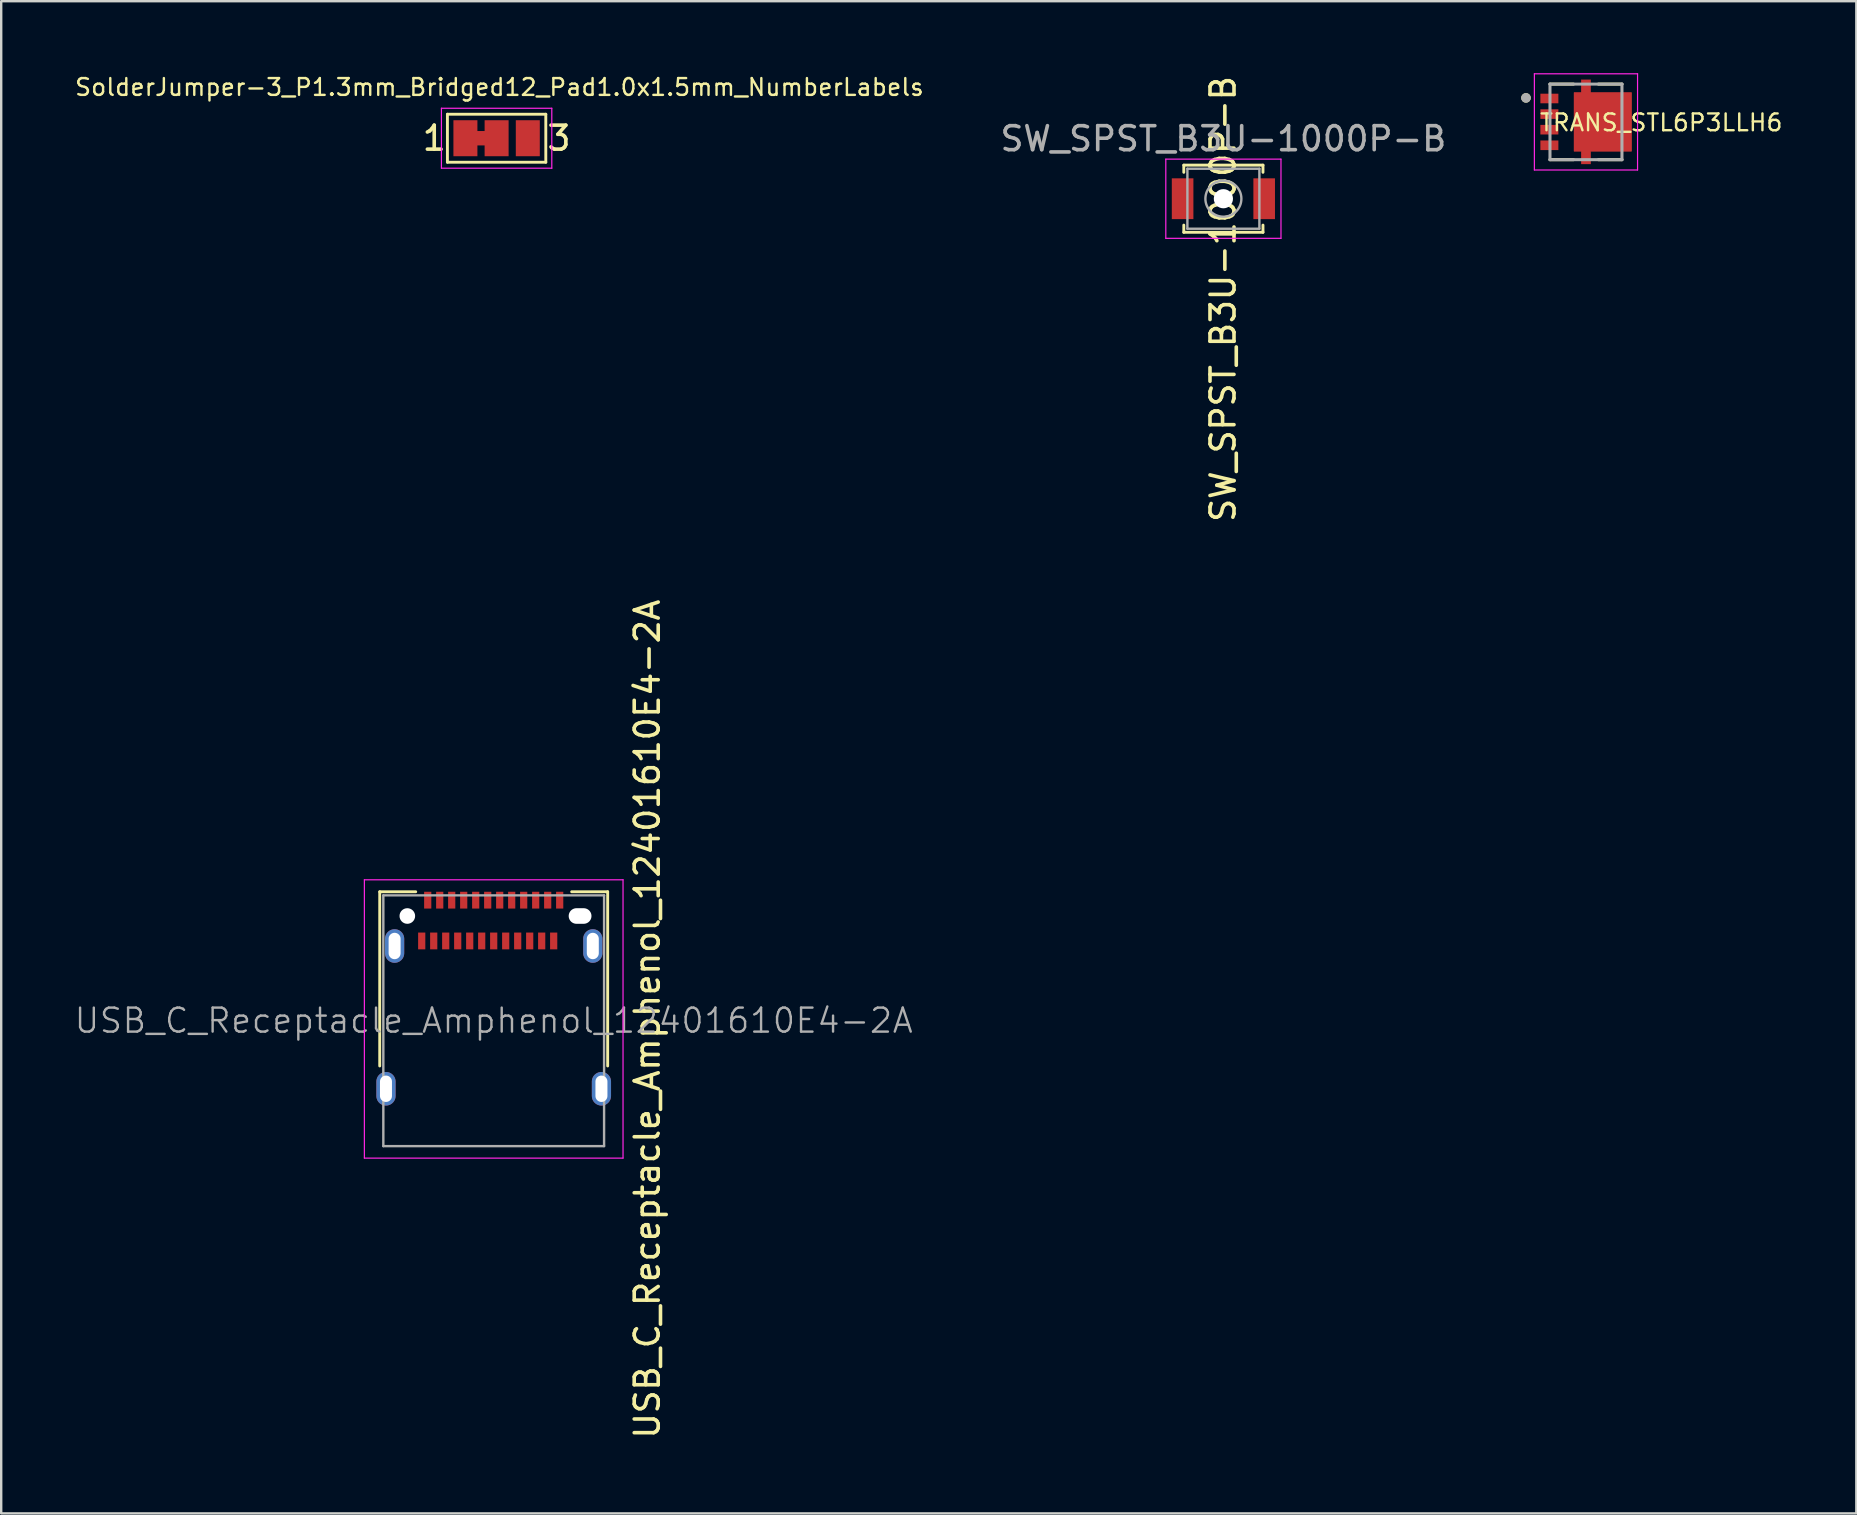
<source format=kicad_pcb>
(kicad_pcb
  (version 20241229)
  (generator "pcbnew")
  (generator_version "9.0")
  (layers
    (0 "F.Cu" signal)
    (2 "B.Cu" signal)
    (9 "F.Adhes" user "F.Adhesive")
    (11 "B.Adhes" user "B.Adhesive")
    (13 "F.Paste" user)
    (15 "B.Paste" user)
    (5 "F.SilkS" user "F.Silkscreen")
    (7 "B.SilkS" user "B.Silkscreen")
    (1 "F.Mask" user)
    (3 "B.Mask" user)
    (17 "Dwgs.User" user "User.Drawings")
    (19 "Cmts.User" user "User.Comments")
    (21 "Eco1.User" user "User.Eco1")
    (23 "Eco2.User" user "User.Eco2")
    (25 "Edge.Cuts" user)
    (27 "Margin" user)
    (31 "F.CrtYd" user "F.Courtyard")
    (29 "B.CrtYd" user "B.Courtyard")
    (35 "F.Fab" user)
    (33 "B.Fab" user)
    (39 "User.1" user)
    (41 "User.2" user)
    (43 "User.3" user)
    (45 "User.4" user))
  (footprint "USB_C_Receptacle_Amphenol_12401610E4-2A"
    (layer "F.Cu")
    (at 17.526 39.486)
    (property "Reference" "USB_C_Receptacle_Amphenol_12401610E4-2A" (at 6.401 -0.064 90) (layer "F.SilkS") (effects (font (size 1 1) (thickness 0.15))))
    (attr smd)
    (fp_line (start -4.75 -5.37) (end -4.75 1.89) (stroke (width 0.12) (type solid)) (layer "F.SilkS"))
    (fp_line (start -4.75 -5.37) (end -3.25 -5.37) (stroke (width 0.12) (type solid)) (layer "F.SilkS"))
    (fp_line (start 3.25 -5.37) (end 4.75 -5.37) (stroke (width 0.12) (type solid)) (layer "F.SilkS"))
    (fp_line (start 4.75 -5.37) (end 4.75 1.89) (stroke (width 0.12) (type solid)) (layer "F.SilkS"))
    (fp_line (start -5.39 -5.87) (end 5.39 -5.87) (stroke (width 0.05) (type solid)) (layer "F.CrtYd"))
    (fp_line (start -5.39 5.73) (end -5.39 -5.87) (stroke (width 0.05) (type solid)) (layer "F.CrtYd"))
    (fp_line (start 5.39 -5.87) (end 5.39 5.73) (stroke (width 0.05) (type solid)) (layer "F.CrtYd"))
    (fp_line (start 5.39 5.73) (end -5.39 5.73) (stroke (width 0.05) (type solid)) (layer "F.CrtYd"))
    (fp_line (start -4.6 -5.22) (end 4.6 -5.22) (stroke (width 0.1) (type solid)) (layer "F.Fab"))
    (fp_line (start -4.6 5.23) (end -4.6 -5.22) (stroke (width 0.1) (type solid)) (layer "F.Fab"))
    (fp_line (start -4.6 5.23) (end 4.6 5.23) (stroke (width 0.1) (type solid)) (layer "F.Fab"))
    (fp_line (start 4.6 5.23) (end 4.6 -5.22) (stroke (width 0.1) (type solid)) (layer "F.Fab"))
    (fp_text user "${REFERENCE}" (at 0 0 0) (layer "F.Fab") (effects (font (size 1 1) (thickness 0.1))))
    (pad "" np_thru_hole circle (at -3.6 -4.36) (size 0.65 0.65) (drill 0.65) (layers "*.Cu" "*.Mask"))
    (pad "" np_thru_hole oval (at 3.6 -4.36) (size 0.95 0.65) (drill oval 0.95 0.65) (layers "*.Cu" "*.Mask"))
    (pad "A1" smd rect (at -2.75 -5.02) (size 0.3 0.7) (layers "F.Cu" "F.Mask" "F.Paste"))
    (pad "A2" smd rect (at -2.25 -5.02) (size 0.3 0.7) (layers "F.Cu" "F.Mask" "F.Paste"))
    (pad "A3" smd rect (at -1.75 -5.02) (size 0.3 0.7) (layers "F.Cu" "F.Mask" "F.Paste"))
    (pad "A4" smd rect (at -1.25 -5.02) (size 0.3 0.7) (layers "F.Cu" "F.Mask" "F.Paste"))
    (pad "A5" smd rect (at -0.75 -5.02) (size 0.3 0.7) (layers "F.Cu" "F.Mask" "F.Paste"))
    (pad "A6" smd rect (at -0.25 -5.02) (size 0.3 0.7) (layers "F.Cu" "F.Mask" "F.Paste"))
    (pad "A7" smd rect (at 0.25 -5.02) (size 0.3 0.7) (layers "F.Cu" "F.Mask" "F.Paste"))
    (pad "A8" smd rect (at 0.75 -5.02) (size 0.3 0.7) (layers "F.Cu" "F.Mask" "F.Paste"))
    (pad "A9" smd rect (at 1.25 -5.02) (size 0.3 0.7) (layers "F.Cu" "F.Mask" "F.Paste"))
    (pad "A10" smd rect (at 1.75 -5.02) (size 0.3 0.7) (layers "F.Cu" "F.Mask" "F.Paste"))
    (pad "A11" smd rect (at 2.25 -5.02) (size 0.3 0.7) (layers "F.Cu" "F.Mask" "F.Paste"))
    (pad "A12" smd rect (at 2.75 -5.02) (size 0.3 0.7) (layers "F.Cu" "F.Mask" "F.Paste"))
    (pad "B1" smd rect (at 2.5 -3.32) (size 0.3 0.7) (layers "F.Cu" "F.Mask" "F.Paste"))
    (pad "B2" smd rect (at 2 -3.32) (size 0.3 0.7) (layers "F.Cu" "F.Mask" "F.Paste"))
    (pad "B3" smd rect (at 1.5 -3.32) (size 0.3 0.7) (layers "F.Cu" "F.Mask" "F.Paste"))
    (pad "B4" smd rect (at 1 -3.32) (size 0.3 0.7) (layers "F.Cu" "F.Mask" "F.Paste"))
    (pad "B5" smd rect (at 0.5 -3.32) (size 0.3 0.7) (layers "F.Cu" "F.Mask" "F.Paste"))
    (pad "B6" smd rect (at 0 -3.32) (size 0.3 0.7) (layers "F.Cu" "F.Mask" "F.Paste"))
    (pad "B7" smd rect (at -0.5 -3.32) (size 0.3 0.7) (layers "F.Cu" "F.Mask" "F.Paste"))
    (pad "B8" smd rect (at -1 -3.32) (size 0.3 0.7) (layers "F.Cu" "F.Mask" "F.Paste"))
    (pad "B9" smd rect (at -1.5 -3.32) (size 0.3 0.7) (layers "F.Cu" "F.Mask" "F.Paste"))
    (pad "B10" smd rect (at -2 -3.32) (size 0.3 0.7) (layers "F.Cu" "F.Mask" "F.Paste"))
    (pad "B11" smd rect (at -2.5 -3.32) (size 0.3 0.7) (layers "F.Cu" "F.Mask" "F.Paste"))
    (pad "B12" smd rect (at -3 -3.32) (size 0.3 0.7) (layers "F.Cu" "F.Mask" "F.Paste"))
    (pad "S1" thru_hole oval (at -4.49 2.84) (size 0.8 1.4) (drill oval 0.5 1.1) (layers "*.Cu" "*.Mask"))
    (pad "S1" thru_hole oval (at -4.13 -3.11) (size 0.8 1.4) (drill oval 0.5 1.1) (layers "*.Cu" "*.Mask"))
    (pad "S1" thru_hole oval (at 4.13 -3.11) (size 0.8 1.4) (drill oval 0.5 1.1) (layers "*.Cu" "*.Mask"))
    (pad "S1" thru_hole oval (at 4.49 2.84) (size 0.8 1.4) (drill oval 0.5 1.1) (layers "*.Cu" "*.Mask")))
  (footprint "SW_SPST_B3U-1000P-B"
    (layer "F.Cu")
    (at 47.937 5.232)
    (property "Reference" "SW_SPST_B3U-1000P-B" (at -0.013 4.178 90) (layer "F.SilkS") (effects (font (size 1 1) (thickness 0.15))))
    (attr smd)
    (fp_line (start -1.65 -1.4) (end 1.65 -1.4) (stroke (width 0.12) (type solid)) (layer "F.SilkS"))
    (fp_line (start -1.65 -1.1) (end -1.65 -1.4) (stroke (width 0.12) (type solid)) (layer "F.SilkS"))
    (fp_line (start -1.65 1.1) (end -1.65 1.4) (stroke (width 0.12) (type solid)) (layer "F.SilkS"))
    (fp_line (start -1.65 1.4) (end 1.65 1.4) (stroke (width 0.12) (type solid)) (layer "F.SilkS"))
    (fp_line (start 1.65 -1.4) (end 1.65 -1.1) (stroke (width 0.12) (type solid)) (layer "F.SilkS"))
    (fp_line (start 1.65 1.4) (end 1.65 1.1) (stroke (width 0.12) (type solid)) (layer "F.SilkS"))
    (fp_line (start -2.4 -1.65) (end -2.4 1.65) (stroke (width 0.05) (type solid)) (layer "F.CrtYd"))
    (fp_line (start -2.4 1.65) (end 2.4 1.65) (stroke (width 0.05) (type solid)) (layer "F.CrtYd"))
    (fp_line (start 2.4 -1.65) (end -2.4 -1.65) (stroke (width 0.05) (type solid)) (layer "F.CrtYd"))
    (fp_line (start 2.4 1.65) (end 2.4 -1.65) (stroke (width 0.05) (type solid)) (layer "F.CrtYd"))
    (fp_line (start -1.5 -1.25) (end 1.5 -1.25) (stroke (width 0.1) (type solid)) (layer "F.Fab"))
    (fp_line (start -1.5 1.25) (end -1.5 -1.25) (stroke (width 0.1) (type solid)) (layer "F.Fab"))
    (fp_line (start 1.5 -1.25) (end 1.5 1.25) (stroke (width 0.1) (type solid)) (layer "F.Fab"))
    (fp_line (start 1.5 1.25) (end -1.5 1.25) (stroke (width 0.1) (type solid)) (layer "F.Fab"))
    (fp_circle (center 0 0) (end 0.75 0) (stroke (width 0.1) (type solid)) (fill no) (layer "F.Fab"))
    (fp_text user "${REFERENCE}" (at 0 -2.5 0) (layer "F.Fab") (effects (font (size 1 1) (thickness 0.15))))
    (pad "" np_thru_hole circle (at 0 0) (size 0.8 0.8) (drill 0.8) (layers "*.Cu" "*.Mask"))
    (pad "1" smd rect (at -1.7 0) (size 0.9 1.7) (layers "F.Cu" "F.Mask" "F.Paste"))
    (pad "2" smd rect (at 1.7 0) (size 0.9 1.7) (layers "F.Cu" "F.Mask" "F.Paste")))
  (footprint "SolderJumper-3_P1.3mm_Bridged12_Pad1.0x1.5mm_NumberLabels"
    (layer "F.Cu")
    (at 17.647 2.711)
    (property "Reference" "SolderJumper-3_P1.3mm_Bridged12_Pad1.0x1.5mm_NumberLabels" (at 0.116 -2.126 0) (layer "F.SilkS") (effects (font (size 0.7 0.7) (thickness 0.1))))
    (attr exclude_from_pos_files exclude_from_bom)
    (fp_line (start -2.05 -1) (end 2.05 -1) (stroke (width 0.12) (type solid)) (layer "F.SilkS"))
    (fp_line (start -2.05 1) (end -2.05 -1) (stroke (width 0.12) (type solid)) (layer "F.SilkS"))
    (fp_line (start 2.05 -1) (end 2.05 1) (stroke (width 0.12) (type solid)) (layer "F.SilkS"))
    (fp_line (start 2.05 1) (end -2.05 1) (stroke (width 0.12) (type solid)) (layer "F.SilkS"))
    (fp_line (start -2.3 -1.25) (end -2.3 1.25) (stroke (width 0.05) (type solid)) (layer "F.CrtYd"))
    (fp_line (start -2.3 -1.25) (end 2.3 -1.25) (stroke (width 0.05) (type solid)) (layer "F.CrtYd"))
    (fp_line (start 2.3 1.25) (end -2.3 1.25) (stroke (width 0.05) (type solid)) (layer "F.CrtYd"))
    (fp_line (start 2.3 1.25) (end 2.3 -1.25) (stroke (width 0.05) (type solid)) (layer "F.CrtYd"))
    (fp_text user "1" (at -2.6 0 0) (layer "F.SilkS") (effects (font (size 1 1) (thickness 0.15))))
    (fp_text user "3" (at 2.6 0 0) (layer "F.SilkS") (effects (font (size 1 1) (thickness 0.15))))
    (pad "1" smd custom (at -1.3 0) (size 1 1.5) (layers "F.Cu" "F.Mask") (options (anchor rect)) (primitives (gr_poly (pts (xy 0.4 -0.3) (xy 0.9 -0.3) (xy 0.9 0.3) (xy 0.4 0.3)) (width 0) (fill yes))))
    (pad "2" smd rect (at 0 0) (size 1 1.5) (layers "F.Cu" "F.Mask"))
    (pad "3" smd rect (at 1.3 0) (size 1 1.5) (layers "F.Cu" "F.Mask")))
  (footprint "TRANS_STL6P3LLH6"
    (layer "F.Cu")
    (at 63.048 2.03)
    (property "Reference" "TRANS_STL6P3LLH6" (at 3.138 0.029 0) (layer "F.SilkS") (effects (font (size 0.7 0.7) (thickness 0.1))))
    (attr through_hole)
    (fp_poly (pts (xy -0.5 -1.225) (xy -0.5 1.225) (xy -0.2 1.225) (xy -0.2 1.755) (xy 0.2 1.755) (xy 0.2 1.225) (xy 1.9 1.225) (xy 1.9 -1.225) (xy 0.2 -1.225) (xy 0.2 -1.755) (xy -0.2 -1.755) (xy -0.2 -1.225)) (stroke (width 0.01) (type solid)) (fill yes) (layer "F.Cu"))
    (fp_poly (pts (xy -0.6 -1.325) (xy -0.6 1.325) (xy -0.3 1.325) (xy -0.3 1.855) (xy 0.3 1.855) (xy 0.3 1.325) (xy 2 1.325) (xy 2 -1.325) (xy 0.3 -1.325) (xy 0.3 -1.855) (xy -0.3 -1.855) (xy -0.3 -1.325)) (stroke (width 0.01) (type solid)) (fill yes) (layer "F.Mask"))
    (fp_line (start -0.52 -1.575) (end -1.5 -1.575) (stroke (width 0.127) (type solid)) (layer "F.SilkS"))
    (fp_line (start -0.52 1.575) (end -1.5 1.575) (stroke (width 0.127) (type solid)) (layer "F.SilkS"))
    (fp_line (start 1.5 -1.575) (end 0.52 -1.575) (stroke (width 0.127) (type solid)) (layer "F.SilkS"))
    (fp_line (start 1.5 1.575) (end 0.52 1.575) (stroke (width 0.127) (type solid)) (layer "F.SilkS"))
    (fp_circle (center -2.5 -1) (end -2.4 -1) (stroke (width 0.2) (type solid)) (fill no) (layer "F.SilkS"))
    (fp_poly (pts (xy -0.2 -1.755) (xy 0.2 -1.755) (xy 0.2 -1.23) (xy -0.2 -1.23)) (stroke (width 0.01) (type solid)) (fill yes) (layer "F.Paste"))
    (fp_poly (pts (xy -0.2 1.23) (xy 0.2 1.23) (xy 0.2 1.755) (xy -0.2 1.755)) (stroke (width 0.01) (type solid)) (fill yes) (layer "F.Paste"))
    (fp_poly (pts (xy -0.06 -0.775) (xy 1.46 -0.775) (xy 1.46 0.775) (xy -0.06 0.775)) (stroke (width 0.01) (type solid)) (fill yes) (layer "F.Paste"))
    (fp_line (start -2.15 -2.005) (end 2.15 -2.005) (stroke (width 0.05) (type solid)) (layer "F.CrtYd"))
    (fp_line (start -2.15 2.005) (end -2.15 -2.005) (stroke (width 0.05) (type solid)) (layer "F.CrtYd"))
    (fp_line (start 2.15 -2.005) (end 2.15 2.005) (stroke (width 0.05) (type solid)) (layer "F.CrtYd"))
    (fp_line (start 2.15 2.005) (end -2.15 2.005) (stroke (width 0.05) (type solid)) (layer "F.CrtYd"))
    (fp_line (start -1.5 -1.575) (end 1.5 -1.575) (stroke (width 0.127) (type solid)) (layer "F.Fab"))
    (fp_line (start -1.5 1.575) (end -1.5 -1.575) (stroke (width 0.127) (type solid)) (layer "F.Fab"))
    (fp_line (start 1.5 -1.575) (end 1.5 1.575) (stroke (width 0.127) (type solid)) (layer "F.Fab"))
    (fp_line (start 1.5 1.575) (end -1.5 1.575) (stroke (width 0.127) (type solid)) (layer "F.Fab"))
    (fp_circle (center -2.5 -1) (end -2.4 -1) (stroke (width 0.2) (type solid)) (fill no) (layer "F.Fab"))
    (pad "1" smd rect (at -1.525 -0.975) (size 0.75 0.4) (layers "F.Cu" "F.Mask" "F.Paste"))
    (pad "2" smd rect (at -1.525 -0.325) (size 0.75 0.4) (layers "F.Cu" "F.Mask" "F.Paste"))
    (pad "3" smd rect (at -1.525 0.325) (size 0.75 0.4) (layers "F.Cu" "F.Mask" "F.Paste"))
    (pad "4" smd rect (at -1.525 0.975) (size 0.75 0.4) (layers "F.Cu" "F.Mask" "F.Paste"))
    (pad "5_8" smd rect (at 0.7 0) (size 2.4 2.45) (layers "F.Cu")))
  (gr_rect
    (start -3 -3)
    (end 74.316 60.024)
    (stroke (width 0.1) (type default))
    (fill no)
    (layer "Edge.Cuts")))
</source>
